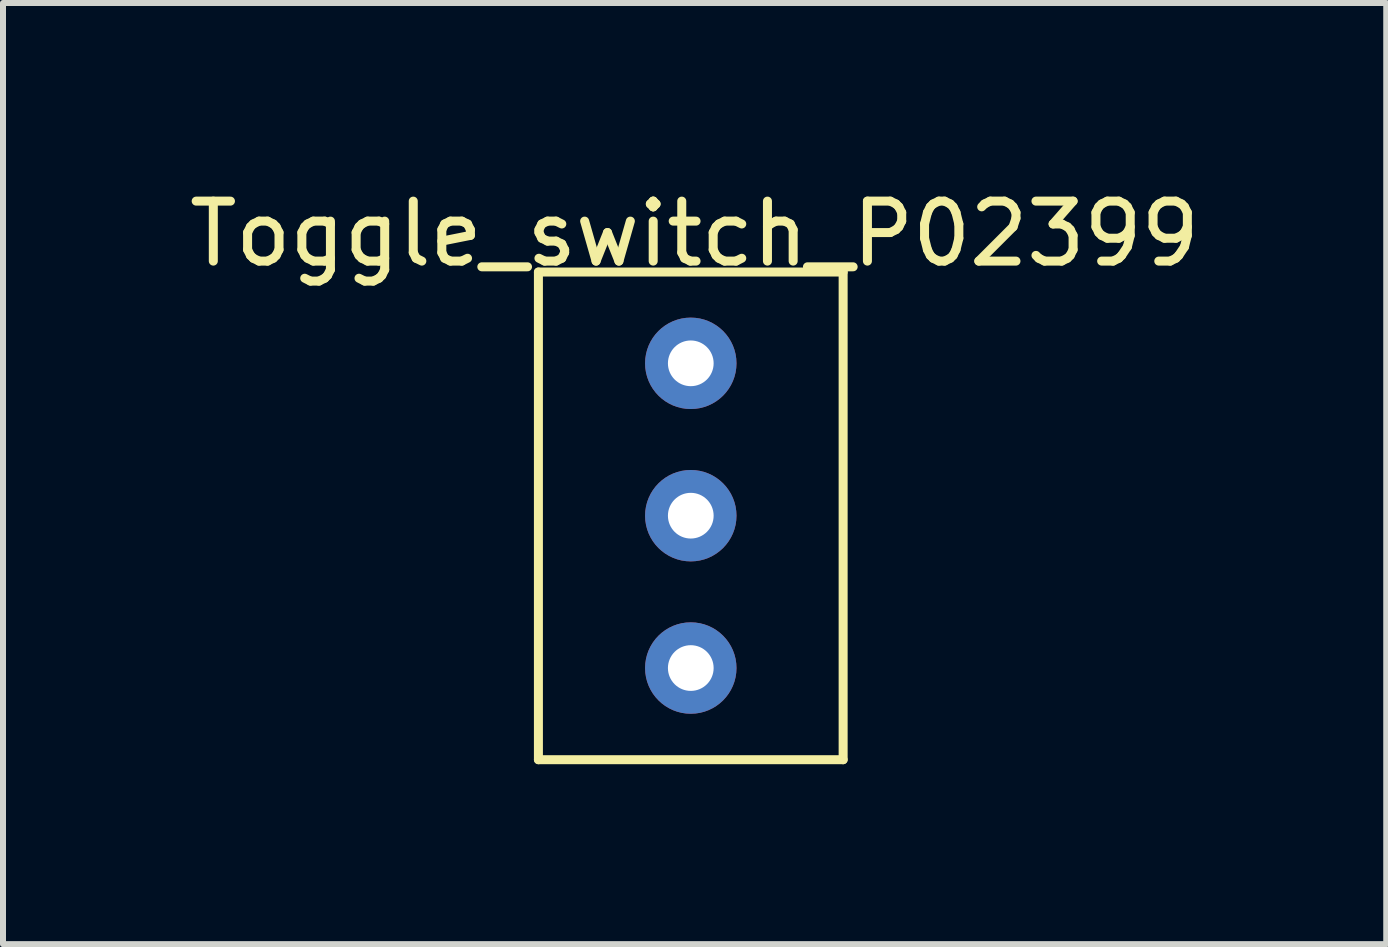
<source format=kicad_pcb>
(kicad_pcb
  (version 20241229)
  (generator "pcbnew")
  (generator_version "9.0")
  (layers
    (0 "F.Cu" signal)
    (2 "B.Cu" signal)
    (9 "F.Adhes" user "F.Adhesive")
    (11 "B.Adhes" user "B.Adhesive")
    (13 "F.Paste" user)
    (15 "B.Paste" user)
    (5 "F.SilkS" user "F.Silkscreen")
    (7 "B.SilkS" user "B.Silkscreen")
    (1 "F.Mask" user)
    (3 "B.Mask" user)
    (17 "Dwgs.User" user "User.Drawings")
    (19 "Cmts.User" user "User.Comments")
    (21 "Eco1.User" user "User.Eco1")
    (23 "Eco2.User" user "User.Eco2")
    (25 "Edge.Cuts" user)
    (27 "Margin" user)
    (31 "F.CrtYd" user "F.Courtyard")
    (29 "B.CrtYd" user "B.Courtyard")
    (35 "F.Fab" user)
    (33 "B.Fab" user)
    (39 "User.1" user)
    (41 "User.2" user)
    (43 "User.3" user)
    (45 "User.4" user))
  (footprint "Toggle_switch_P02399"
    (layer "F.Cu")
    (at 8.466 3.007)
    (property "Reference" "Toggle_switch_P02399" (at 0.064 -2.159 0) (layer "F.SilkS") (effects (font (size 1 1) (thickness 0.15))))
    (attr through_hole)
    (fp_line (start -2.54 -1.522) (end 2.54 -1.522) (stroke (width 0.15) (type solid)) (layer "F.SilkS"))
    (fp_line (start -2.54 6.608) (end -2.54 -1.522) (stroke (width 0.15) (type solid)) (layer "F.SilkS"))
    (fp_line (start 2.54 -1.522) (end 2.54 6.608) (stroke (width 0.15) (type solid)) (layer "F.SilkS"))
    (fp_line (start 2.54 6.608) (end -2.54 6.608) (stroke (width 0.15) (type solid)) (layer "F.SilkS"))
    (pad "1" thru_hole circle (at 0 0) (size 1.524 1.524) (drill 0.762) (layers "*.Cu" "*.Mask"))
    (pad "2" thru_hole circle (at 0 2.54) (size 1.524 1.524) (drill 0.762) (layers "*.Cu" "*.Mask"))
    (pad "3" thru_hole circle (at 0 5.08) (size 1.524 1.524) (drill 0.762) (layers "*.Cu" "*.Mask")))
  (gr_rect
    (start -3 -3)
    (end 20.06 12.69)
    (stroke (width 0.1) (type default))
    (fill no)
    (layer "Edge.Cuts")))
</source>
